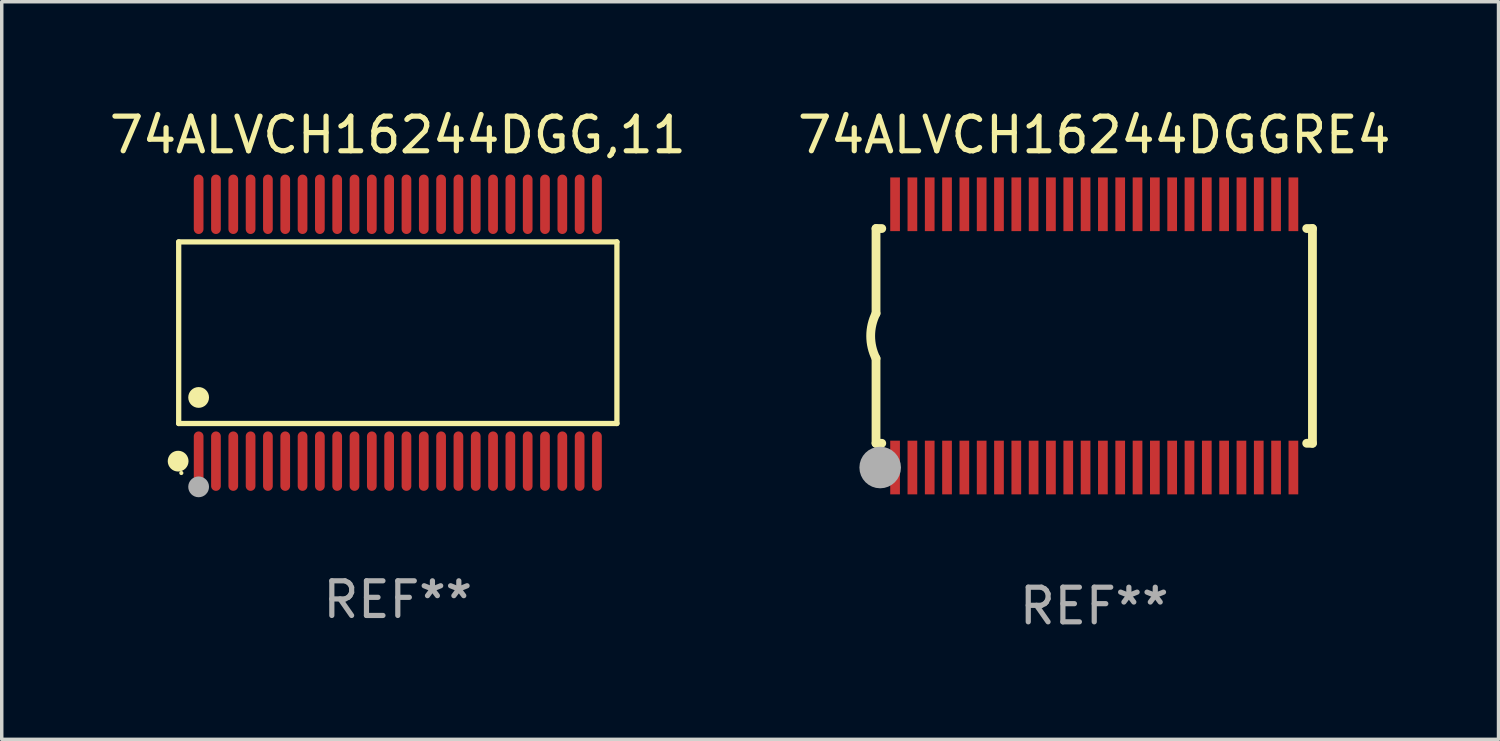
<source format=kicad_pcb>
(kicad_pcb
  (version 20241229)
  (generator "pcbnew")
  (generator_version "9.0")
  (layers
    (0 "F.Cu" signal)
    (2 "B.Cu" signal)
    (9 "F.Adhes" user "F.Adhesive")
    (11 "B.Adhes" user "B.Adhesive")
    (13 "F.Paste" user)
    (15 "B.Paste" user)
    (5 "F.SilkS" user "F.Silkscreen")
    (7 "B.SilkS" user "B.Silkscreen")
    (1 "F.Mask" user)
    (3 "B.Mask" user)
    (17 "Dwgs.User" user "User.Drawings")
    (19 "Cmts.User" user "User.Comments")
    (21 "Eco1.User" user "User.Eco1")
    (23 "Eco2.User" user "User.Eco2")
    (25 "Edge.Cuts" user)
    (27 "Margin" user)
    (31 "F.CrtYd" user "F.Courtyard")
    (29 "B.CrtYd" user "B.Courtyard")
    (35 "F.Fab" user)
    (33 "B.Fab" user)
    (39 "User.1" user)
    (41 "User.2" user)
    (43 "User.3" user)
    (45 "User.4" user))
  (footprint "74ALVCH16244DGG,11"
    (layer "F.Cu")
    (at 8.435 6.556)
    (property "Reference" "74ALVCH16244DGG,11" (at 0 -5.708 0) (layer "F.SilkS") (effects (font (size 1 1) (thickness 0.15))))
    (attr through_hole)
    (fp_line (start -6.326 -2.622) (end 6.326 -2.622) (stroke (width 0.152) (type solid)) (layer "F.SilkS"))
    (fp_line (start -6.326 2.621) (end -6.326 -2.622) (stroke (width 0.152) (type solid)) (layer "F.SilkS"))
    (fp_line (start 6.326 -2.622) (end 6.326 2.621) (stroke (width 0.152) (type solid)) (layer "F.SilkS"))
    (fp_line (start 6.326 2.621) (end -6.326 2.621) (stroke (width 0.152) (type solid)) (layer "F.SilkS"))
    (fp_circle (center -6.342 3.708) (end -6.192 3.708) (stroke (width 0.3) (type solid)) (fill no) (layer "F.SilkS"))
    (fp_circle (center -6.25 4.05) (end -6.22 4.05) (stroke (width 0.06) (type solid)) (fill no) (layer "F.SilkS"))
    (fp_circle (center -5.75 1.869) (end -5.6 1.869) (stroke (width 0.3) (type solid)) (fill no) (layer "F.SilkS"))
    (fp_circle (center -5.75 4.45) (end -5.6 4.45) (stroke (width 0.3) (type solid)) (fill no) (layer "F.Fab"))
    (fp_text user "REF**" (at 0 7.708 0) (layer "F.Fab") (effects (font (size 1 1) (thickness 0.15))))
    (pad "1" smd oval (at -5.75 3.708) (size 0.28 1.715) (layers "F.Cu" "F.Mask" "F.Paste"))
    (pad "2" smd oval (at -5.25 3.708) (size 0.28 1.715) (layers "F.Cu" "F.Mask" "F.Paste"))
    (pad "3" smd oval (at -4.75 3.708) (size 0.28 1.715) (layers "F.Cu" "F.Mask" "F.Paste"))
    (pad "4" smd oval (at -4.25 3.708) (size 0.28 1.715) (layers "F.Cu" "F.Mask" "F.Paste"))
    (pad "5" smd oval (at -3.75 3.708) (size 0.28 1.715) (layers "F.Cu" "F.Mask" "F.Paste"))
    (pad "6" smd oval (at -3.25 3.708) (size 0.28 1.715) (layers "F.Cu" "F.Mask" "F.Paste"))
    (pad "7" smd oval (at -2.75 3.708) (size 0.28 1.715) (layers "F.Cu" "F.Mask" "F.Paste"))
    (pad "8" smd oval (at -2.25 3.708) (size 0.28 1.715) (layers "F.Cu" "F.Mask" "F.Paste"))
    (pad "9" smd oval (at -1.75 3.708) (size 0.28 1.715) (layers "F.Cu" "F.Mask" "F.Paste"))
    (pad "10" smd oval (at -1.25 3.708) (size 0.28 1.715) (layers "F.Cu" "F.Mask" "F.Paste"))
    (pad "11" smd oval (at -0.75 3.708) (size 0.28 1.715) (layers "F.Cu" "F.Mask" "F.Paste"))
    (pad "12" smd oval (at -0.25 3.708) (size 0.28 1.715) (layers "F.Cu" "F.Mask" "F.Paste"))
    (pad "13" smd oval (at 0.25 3.708) (size 0.28 1.715) (layers "F.Cu" "F.Mask" "F.Paste"))
    (pad "14" smd oval (at 0.75 3.708) (size 0.28 1.715) (layers "F.Cu" "F.Mask" "F.Paste"))
    (pad "15" smd oval (at 1.25 3.708) (size 0.28 1.715) (layers "F.Cu" "F.Mask" "F.Paste"))
    (pad "16" smd oval (at 1.75 3.708) (size 0.28 1.715) (layers "F.Cu" "F.Mask" "F.Paste"))
    (pad "17" smd oval (at 2.25 3.708) (size 0.28 1.715) (layers "F.Cu" "F.Mask" "F.Paste"))
    (pad "18" smd oval (at 2.75 3.708) (size 0.28 1.715) (layers "F.Cu" "F.Mask" "F.Paste"))
    (pad "19" smd oval (at 3.25 3.708) (size 0.28 1.715) (layers "F.Cu" "F.Mask" "F.Paste"))
    (pad "20" smd oval (at 3.75 3.708) (size 0.28 1.715) (layers "F.Cu" "F.Mask" "F.Paste"))
    (pad "21" smd oval (at 4.25 3.708) (size 0.28 1.715) (layers "F.Cu" "F.Mask" "F.Paste"))
    (pad "22" smd oval (at 4.75 3.708) (size 0.28 1.715) (layers "F.Cu" "F.Mask" "F.Paste"))
    (pad "23" smd oval (at 5.25 3.708) (size 0.28 1.715) (layers "F.Cu" "F.Mask" "F.Paste"))
    (pad "24" smd oval (at 5.75 3.708) (size 0.28 1.715) (layers "F.Cu" "F.Mask" "F.Paste"))
    (pad "25" smd oval (at 5.75 -3.708) (size 0.28 1.715) (layers "F.Cu" "F.Mask" "F.Paste"))
    (pad "26" smd oval (at 5.25 -3.708) (size 0.28 1.715) (layers "F.Cu" "F.Mask" "F.Paste"))
    (pad "27" smd oval (at 4.75 -3.708) (size 0.28 1.715) (layers "F.Cu" "F.Mask" "F.Paste"))
    (pad "28" smd oval (at 4.25 -3.708) (size 0.28 1.715) (layers "F.Cu" "F.Mask" "F.Paste"))
    (pad "29" smd oval (at 3.75 -3.708) (size 0.28 1.715) (layers "F.Cu" "F.Mask" "F.Paste"))
    (pad "30" smd oval (at 3.25 -3.708) (size 0.28 1.715) (layers "F.Cu" "F.Mask" "F.Paste"))
    (pad "31" smd oval (at 2.75 -3.708) (size 0.28 1.715) (layers "F.Cu" "F.Mask" "F.Paste"))
    (pad "32" smd oval (at 2.25 -3.708) (size 0.28 1.715) (layers "F.Cu" "F.Mask" "F.Paste"))
    (pad "33" smd oval (at 1.75 -3.708) (size 0.28 1.715) (layers "F.Cu" "F.Mask" "F.Paste"))
    (pad "34" smd oval (at 1.25 -3.708) (size 0.28 1.715) (layers "F.Cu" "F.Mask" "F.Paste"))
    (pad "35" smd oval (at 0.75 -3.708) (size 0.28 1.715) (layers "F.Cu" "F.Mask" "F.Paste"))
    (pad "36" smd oval (at 0.25 -3.708) (size 0.28 1.715) (layers "F.Cu" "F.Mask" "F.Paste"))
    (pad "37" smd oval (at -0.25 -3.708) (size 0.28 1.715) (layers "F.Cu" "F.Mask" "F.Paste"))
    (pad "38" smd oval (at -0.75 -3.708) (size 0.28 1.715) (layers "F.Cu" "F.Mask" "F.Paste"))
    (pad "39" smd oval (at -1.25 -3.708) (size 0.28 1.715) (layers "F.Cu" "F.Mask" "F.Paste"))
    (pad "40" smd oval (at -1.75 -3.708) (size 0.28 1.715) (layers "F.Cu" "F.Mask" "F.Paste"))
    (pad "41" smd oval (at -2.25 -3.708) (size 0.28 1.715) (layers "F.Cu" "F.Mask" "F.Paste"))
    (pad "42" smd oval (at -2.75 -3.708) (size 0.28 1.715) (layers "F.Cu" "F.Mask" "F.Paste"))
    (pad "43" smd oval (at -3.25 -3.708) (size 0.28 1.715) (layers "F.Cu" "F.Mask" "F.Paste"))
    (pad "44" smd oval (at -3.75 -3.708) (size 0.28 1.715) (layers "F.Cu" "F.Mask" "F.Paste"))
    (pad "45" smd oval (at -4.25 -3.708) (size 0.28 1.715) (layers "F.Cu" "F.Mask" "F.Paste"))
    (pad "46" smd oval (at -4.75 -3.708) (size 0.28 1.715) (layers "F.Cu" "F.Mask" "F.Paste"))
    (pad "47" smd oval (at -5.25 -3.708) (size 0.28 1.715) (layers "F.Cu" "F.Mask" "F.Paste"))
    (pad "48" smd oval (at -5.75 -3.708) (size 0.28 1.715) (layers "F.Cu" "F.Mask" "F.Paste")))
  (footprint "74ALVCH16244DGGRE4"
    (layer "F.Cu")
    (at 28.542 6.648)
    (property "Reference" "74ALVCH16244DGGRE4" (at 0 -5.8 0) (layer "F.SilkS") (effects (font (size 1 1) (thickness 0.15))))
    (attr through_hole)
    (fp_line (start -6.3 -3.1) (end -6.3 -0.65) (stroke (width 0.254) (type solid)) (layer "F.SilkS"))
    (fp_line (start -6.3 -3.1) (end -6.134 -3.1) (stroke (width 0.254) (type solid)) (layer "F.SilkS"))
    (fp_line (start -6.3 3.1) (end -6.3 0.65) (stroke (width 0.254) (type solid)) (layer "F.SilkS"))
    (fp_line (start -6.3 3.1) (end -6.134 3.1) (stroke (width 0.254) (type solid)) (layer "F.SilkS"))
    (fp_line (start 6.134 -3.1) (end 6.3 -3.1) (stroke (width 0.254) (type solid)) (layer "F.SilkS"))
    (fp_line (start 6.134 3.1) (end 6.3 3.1) (stroke (width 0.254) (type solid)) (layer "F.SilkS"))
    (fp_line (start 6.3 -3.1) (end 6.3 3.1) (stroke (width 0.254) (type solid)) (layer "F.SilkS"))
    (fp_arc (start -6.301016 0.650114) (mid -6.45413 -0.000082) (end -6.3 -0.650038) (stroke (width 0.254001) (type solid)) (layer "F.SilkS"))
    (fp_circle (center -6.35 3.81) (end -6.223 3.81) (stroke (width 0.254) (type solid)) (fill no) (layer "F.SilkS"))
    (fp_circle (center -6.25 4.05) (end -6.22 4.05) (stroke (width 0.06) (type solid)) (fill no) (layer "F.SilkS"))
    (fp_circle (center -6.18 3.8) (end -5.88 3.8) (stroke (width 0.6) (type solid)) (fill no) (layer "F.Fab"))
    (fp_text user "REF**" (at 0 7.8 0) (layer "F.Fab") (effects (font (size 1 1) (thickness 0.15))))
    (pad "1" smd rect (at -5.75 3.8) (size 0.28 1.55) (layers "F.Cu" "F.Mask" "F.Paste"))
    (pad "2" smd rect (at -5.25 3.8) (size 0.28 1.55) (layers "F.Cu" "F.Mask" "F.Paste"))
    (pad "3" smd rect (at -4.75 3.8) (size 0.28 1.55) (layers "F.Cu" "F.Mask" "F.Paste"))
    (pad "4" smd rect (at -4.25 3.8) (size 0.28 1.55) (layers "F.Cu" "F.Mask" "F.Paste"))
    (pad "5" smd rect (at -3.75 3.8) (size 0.28 1.55) (layers "F.Cu" "F.Mask" "F.Paste"))
    (pad "6" smd rect (at -3.25 3.8) (size 0.28 1.55) (layers "F.Cu" "F.Mask" "F.Paste"))
    (pad "7" smd rect (at -2.75 3.8) (size 0.28 1.55) (layers "F.Cu" "F.Mask" "F.Paste"))
    (pad "8" smd rect (at -2.25 3.8) (size 0.28 1.55) (layers "F.Cu" "F.Mask" "F.Paste"))
    (pad "9" smd rect (at -1.75 3.8) (size 0.28 1.55) (layers "F.Cu" "F.Mask" "F.Paste"))
    (pad "10" smd rect (at -1.25 3.8) (size 0.28 1.55) (layers "F.Cu" "F.Mask" "F.Paste"))
    (pad "11" smd rect (at -0.75 3.8) (size 0.28 1.55) (layers "F.Cu" "F.Mask" "F.Paste"))
    (pad "12" smd rect (at -0.25 3.8) (size 0.28 1.55) (layers "F.Cu" "F.Mask" "F.Paste"))
    (pad "13" smd rect (at 0.25 3.8) (size 0.28 1.55) (layers "F.Cu" "F.Mask" "F.Paste"))
    (pad "14" smd rect (at 0.75 3.8) (size 0.28 1.55) (layers "F.Cu" "F.Mask" "F.Paste"))
    (pad "15" smd rect (at 1.25 3.8) (size 0.28 1.55) (layers "F.Cu" "F.Mask" "F.Paste"))
    (pad "16" smd rect (at 1.75 3.8) (size 0.28 1.55) (layers "F.Cu" "F.Mask" "F.Paste"))
    (pad "17" smd rect (at 2.25 3.8) (size 0.28 1.55) (layers "F.Cu" "F.Mask" "F.Paste"))
    (pad "18" smd rect (at 2.75 3.8) (size 0.28 1.55) (layers "F.Cu" "F.Mask" "F.Paste"))
    (pad "19" smd rect (at 3.25 3.8) (size 0.28 1.55) (layers "F.Cu" "F.Mask" "F.Paste"))
    (pad "20" smd rect (at 3.75 3.8) (size 0.28 1.55) (layers "F.Cu" "F.Mask" "F.Paste"))
    (pad "21" smd rect (at 4.25 3.8) (size 0.28 1.55) (layers "F.Cu" "F.Mask" "F.Paste"))
    (pad "22" smd rect (at 4.75 3.8) (size 0.28 1.55) (layers "F.Cu" "F.Mask" "F.Paste"))
    (pad "23" smd rect (at 5.25 3.8) (size 0.28 1.55) (layers "F.Cu" "F.Mask" "F.Paste"))
    (pad "24" smd rect (at 5.75 3.8) (size 0.28 1.55) (layers "F.Cu" "F.Mask" "F.Paste"))
    (pad "25" smd rect (at 5.75 -3.8) (size 0.28 1.55) (layers "F.Cu" "F.Mask" "F.Paste"))
    (pad "26" smd rect (at 5.25 -3.8) (size 0.28 1.55) (layers "F.Cu" "F.Mask" "F.Paste"))
    (pad "27" smd rect (at 4.75 -3.8) (size 0.28 1.55) (layers "F.Cu" "F.Mask" "F.Paste"))
    (pad "28" smd rect (at 4.25 -3.8) (size 0.28 1.55) (layers "F.Cu" "F.Mask" "F.Paste"))
    (pad "29" smd rect (at 3.75 -3.8) (size 0.28 1.55) (layers "F.Cu" "F.Mask" "F.Paste"))
    (pad "30" smd rect (at 3.25 -3.8) (size 0.28 1.55) (layers "F.Cu" "F.Mask" "F.Paste"))
    (pad "31" smd rect (at 2.75 -3.8) (size 0.28 1.55) (layers "F.Cu" "F.Mask" "F.Paste"))
    (pad "32" smd rect (at 2.25 -3.8) (size 0.28 1.55) (layers "F.Cu" "F.Mask" "F.Paste"))
    (pad "33" smd rect (at 1.75 -3.8) (size 0.28 1.55) (layers "F.Cu" "F.Mask" "F.Paste"))
    (pad "34" smd rect (at 1.25 -3.8) (size 0.28 1.55) (layers "F.Cu" "F.Mask" "F.Paste"))
    (pad "35" smd rect (at 0.75 -3.8) (size 0.28 1.55) (layers "F.Cu" "F.Mask" "F.Paste"))
    (pad "36" smd rect (at 0.25 -3.8) (size 0.28 1.55) (layers "F.Cu" "F.Mask" "F.Paste"))
    (pad "37" smd rect (at -0.25 -3.8) (size 0.28 1.55) (layers "F.Cu" "F.Mask" "F.Paste"))
    (pad "38" smd rect (at -0.75 -3.8) (size 0.28 1.55) (layers "F.Cu" "F.Mask" "F.Paste"))
    (pad "39" smd rect (at -1.25 -3.8) (size 0.28 1.55) (layers "F.Cu" "F.Mask" "F.Paste"))
    (pad "40" smd rect (at -1.75 -3.8) (size 0.28 1.55) (layers "F.Cu" "F.Mask" "F.Paste"))
    (pad "41" smd rect (at -2.25 -3.8) (size 0.28 1.55) (layers "F.Cu" "F.Mask" "F.Paste"))
    (pad "42" smd rect (at -2.75 -3.8) (size 0.28 1.55) (layers "F.Cu" "F.Mask" "F.Paste"))
    (pad "43" smd rect (at -3.25 -3.8) (size 0.28 1.55) (layers "F.Cu" "F.Mask" "F.Paste"))
    (pad "44" smd rect (at -3.75 -3.8) (size 0.28 1.55) (layers "F.Cu" "F.Mask" "F.Paste"))
    (pad "45" smd rect (at -4.25 -3.8) (size 0.28 1.55) (layers "F.Cu" "F.Mask" "F.Paste"))
    (pad "46" smd rect (at -4.75 -3.8) (size 0.28 1.55) (layers "F.Cu" "F.Mask" "F.Paste"))
    (pad "47" smd rect (at -5.25 -3.8) (size 0.28 1.55) (layers "F.Cu" "F.Mask" "F.Paste"))
    (pad "48" smd rect (at -5.75 -3.8) (size 0.28 1.55) (layers "F.Cu" "F.Mask" "F.Paste")))
  (gr_rect
    (start -3 -3)
    (end 40.214 18.296)
    (stroke (width 0.1) (type default))
    (fill no)
    (layer "Edge.Cuts")))
</source>
